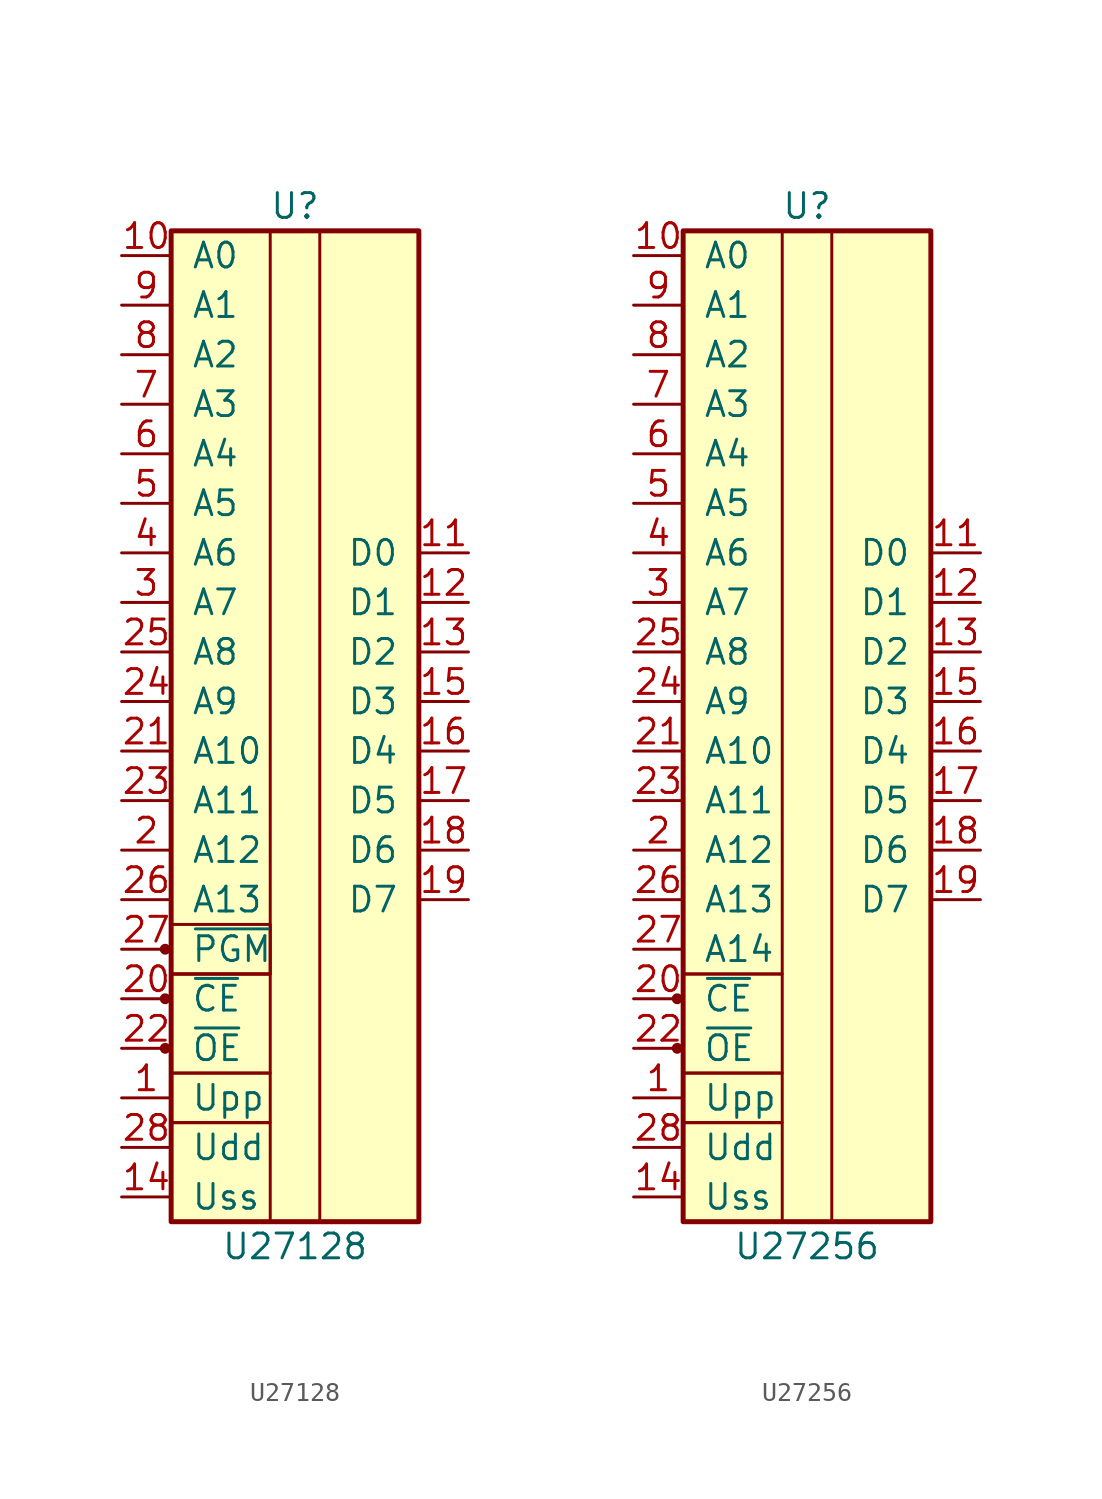
<source format=kicad_sym>
(kicad_symbol_lib
  (version 20211014)
  (generator kicad_symbol_editor)
  (symbol "U27128"
    (pin_names
      (offset 1.016))
    (property "Reference" "U"
      (at 0 26.67 0)
      (effects (font (size 1.27 1.27))))
    (property "Value" "U27128"
      (at 0 -26.67 0)
      (effects (font (size 1.27 1.27))))
    (symbol "U27128_0_1"
      (rectangle (start -6.35 -17.78) (end -1.27 -20.32) (stroke (width 0) (type default) (color 0 0 0 0)) (fill (type none)))
      (rectangle (start -6.35 -10.16) (end -1.27 -12.7) (stroke (width 0) (type default) (color 0 0 0 0)) (fill (type none)))
      (rectangle (start -1.27 -12.7) (end -6.35 -17.78) (stroke (width 0) (type default) (color 0 0 0 0)) (fill (type none))))
    (symbol "U27128_1_1"
      (circle (center -6.655 -16.51) (radius 0.203) (stroke (width 0) (type default) (color 0 0 0 0)) (fill (type outline)))
      (circle (center -6.655 -13.97) (radius 0.203) (stroke (width 0) (type default) (color 0 0 0 0)) (fill (type outline)))
      (circle (center -6.655 -11.43) (radius 0.203) (stroke (width 0) (type default) (color 0 0 0 0)) (fill (type outline)))
      (rectangle (start -6.35 -20.32) (end -1.27 -25.4) (stroke (width 0) (type default) (color 0 0 0 0)) (fill (type none)))
      (rectangle (start -6.35 25.4) (end -1.27 -12.7) (stroke (width 0) (type default) (color 0 0 0 0)) (fill (type none)))
      (rectangle (start -6.35 25.4) (end 6.35 -25.4) (stroke (width 0.254) (type default) (color 0 0 0 0)) (fill (type background)))
      (rectangle (start 1.27 25.4) (end 6.35 -25.4) (stroke (width 0) (type default) (color 0 0 0 0)) (fill (type none)))
      (pin power_in line (at -8.89 -19.05 0) (length 2.54) (name "Upp" (effects (font (size 1.27 1.27)))) (number "1" (effects (font (size 1.27 1.27)))))
      (pin input line (at -8.89 24.13 0) (length 2.54) (name "A0" (effects (font (size 1.27 1.27)))) (number "10" (effects (font (size 1.27 1.27)))))
      (pin tri_state line (at 8.89 8.89 180) (length 2.54) (name "D0" (effects (font (size 1.27 1.27)))) (number "11" (effects (font (size 1.27 1.27)))))
      (pin tri_state line (at 8.89 6.35 180) (length 2.54) (name "D1" (effects (font (size 1.27 1.27)))) (number "12" (effects (font (size 1.27 1.27)))))
      (pin tri_state line (at 8.89 3.81 180) (length 2.54) (name "D2" (effects (font (size 1.27 1.27)))) (number "13" (effects (font (size 1.27 1.27)))))
      (pin power_in line (at -8.89 -24.13 0) (length 2.54) (name "Uss" (effects (font (size 1.27 1.27)))) (number "14" (effects (font (size 1.27 1.27)))))
      (pin tri_state line (at 8.89 1.27 180) (length 2.54) (name "D3" (effects (font (size 1.27 1.27)))) (number "15" (effects (font (size 1.27 1.27)))))
      (pin tri_state line (at 8.89 -1.27 180) (length 2.54) (name "D4" (effects (font (size 1.27 1.27)))) (number "16" (effects (font (size 1.27 1.27)))))
      (pin tri_state line (at 8.89 -3.81 180) (length 2.54) (name "D5" (effects (font (size 1.27 1.27)))) (number "17" (effects (font (size 1.27 1.27)))))
      (pin tri_state line (at 8.89 -6.35 180) (length 2.54) (name "D6" (effects (font (size 1.27 1.27)))) (number "18" (effects (font (size 1.27 1.27)))))
      (pin tri_state line (at 8.89 -8.89 180) (length 2.54) (name "D7" (effects (font (size 1.27 1.27)))) (number "19" (effects (font (size 1.27 1.27)))))
      (pin input line (at -8.89 -6.35 0) (length 2.54) (name "A12" (effects (font (size 1.27 1.27)))) (number "2" (effects (font (size 1.27 1.27)))))
      (pin input line (at -8.89 -13.97 0) (length 2.54) (name "~{CE}" (effects (font (size 1.27 1.27)))) (number "20" (effects (font (size 1.27 1.27)))))
      (pin input line (at -8.89 -1.27 0) (length 2.54) (name "A10" (effects (font (size 1.27 1.27)))) (number "21" (effects (font (size 1.27 1.27)))))
      (pin input line (at -8.89 -16.51 0) (length 2.54) (name "~{OE}" (effects (font (size 1.27 1.27)))) (number "22" (effects (font (size 1.27 1.27)))))
      (pin input line (at -8.89 -3.81 0) (length 2.54) (name "A11" (effects (font (size 1.27 1.27)))) (number "23" (effects (font (size 1.27 1.27)))))
      (pin input line (at -8.89 1.27 0) (length 2.54) (name "A9" (effects (font (size 1.27 1.27)))) (number "24" (effects (font (size 1.27 1.27)))))
      (pin input line (at -8.89 3.81 0) (length 2.54) (name "A8" (effects (font (size 1.27 1.27)))) (number "25" (effects (font (size 1.27 1.27)))))
      (pin input line (at -8.89 -8.89 0) (length 2.54) (name "A13" (effects (font (size 1.27 1.27)))) (number "26" (effects (font (size 1.27 1.27)))))
      (pin input line (at -8.89 -11.43 0) (length 2.54) (name "~{PGM}" (effects (font (size 1.27 1.27)))) (number "27" (effects (font (size 1.27 1.27)))))
      (pin power_in line (at -8.89 -21.59 0) (length 2.54) (name "Udd" (effects (font (size 1.27 1.27)))) (number "28" (effects (font (size 1.27 1.27)))))
      (pin input line (at -8.89 6.35 0) (length 2.54) (name "A7" (effects (font (size 1.27 1.27)))) (number "3" (effects (font (size 1.27 1.27)))))
      (pin input line (at -8.89 8.89 0) (length 2.54) (name "A6" (effects (font (size 1.27 1.27)))) (number "4" (effects (font (size 1.27 1.27)))))
      (pin input line (at -8.89 11.43 0) (length 2.54) (name "A5" (effects (font (size 1.27 1.27)))) (number "5" (effects (font (size 1.27 1.27)))))
      (pin input line (at -8.89 13.97 0) (length 2.54) (name "A4" (effects (font (size 1.27 1.27)))) (number "6" (effects (font (size 1.27 1.27)))))
      (pin input line (at -8.89 16.51 0) (length 2.54) (name "A3" (effects (font (size 1.27 1.27)))) (number "7" (effects (font (size 1.27 1.27)))))
      (pin input line (at -8.89 19.05 0) (length 2.54) (name "A2" (effects (font (size 1.27 1.27)))) (number "8" (effects (font (size 1.27 1.27)))))
      (pin input line (at -8.89 21.59 0) (length 2.54) (name "A1" (effects (font (size 1.27 1.27)))) (number "9" (effects (font (size 1.27 1.27)))))))
  (symbol "U27256"
    (pin_names
      (offset 1.016))
    (property "Reference" "U"
      (at 0 26.67 0)
      (effects (font (size 1.27 1.27))))
    (property "Value" "U27256"
      (at 0 -26.67 0)
      (effects (font (size 1.27 1.27))))
    (symbol "U27256_0_1"
      (rectangle (start -6.35 -17.78) (end -1.27 -20.32) (stroke (width 0) (type default) (color 0 0 0 0)) (fill (type none)))
      (rectangle (start -1.27 -12.7) (end -6.35 -17.78) (stroke (width 0) (type default) (color 0 0 0 0)) (fill (type none))))
    (symbol "U27256_1_1"
      (circle (center -6.655 -16.51) (radius 0.203) (stroke (width 0) (type default) (color 0 0 0 0)) (fill (type outline)))
      (circle (center -6.655 -13.97) (radius 0.203) (stroke (width 0) (type default) (color 0 0 0 0)) (fill (type outline)))
      (rectangle (start -6.35 -20.32) (end -1.27 -25.4) (stroke (width 0) (type default) (color 0 0 0 0)) (fill (type none)))
      (rectangle (start -6.35 25.4) (end -1.27 -12.7) (stroke (width 0) (type default) (color 0 0 0 0)) (fill (type none)))
      (rectangle (start -6.35 25.4) (end 6.35 -25.4) (stroke (width 0.254) (type default) (color 0 0 0 0)) (fill (type background)))
      (rectangle (start 1.27 25.4) (end 6.35 -25.4) (stroke (width 0) (type default) (color 0 0 0 0)) (fill (type none)))
      (pin power_in line (at -8.89 -19.05 0) (length 2.54) (name "Upp" (effects (font (size 1.27 1.27)))) (number "1" (effects (font (size 1.27 1.27)))))
      (pin input line (at -8.89 24.13 0) (length 2.54) (name "A0" (effects (font (size 1.27 1.27)))) (number "10" (effects (font (size 1.27 1.27)))))
      (pin tri_state line (at 8.89 8.89 180) (length 2.54) (name "D0" (effects (font (size 1.27 1.27)))) (number "11" (effects (font (size 1.27 1.27)))))
      (pin tri_state line (at 8.89 6.35 180) (length 2.54) (name "D1" (effects (font (size 1.27 1.27)))) (number "12" (effects (font (size 1.27 1.27)))))
      (pin tri_state line (at 8.89 3.81 180) (length 2.54) (name "D2" (effects (font (size 1.27 1.27)))) (number "13" (effects (font (size 1.27 1.27)))))
      (pin power_in line (at -8.89 -24.13 0) (length 2.54) (name "Uss" (effects (font (size 1.27 1.27)))) (number "14" (effects (font (size 1.27 1.27)))))
      (pin tri_state line (at 8.89 1.27 180) (length 2.54) (name "D3" (effects (font (size 1.27 1.27)))) (number "15" (effects (font (size 1.27 1.27)))))
      (pin tri_state line (at 8.89 -1.27 180) (length 2.54) (name "D4" (effects (font (size 1.27 1.27)))) (number "16" (effects (font (size 1.27 1.27)))))
      (pin tri_state line (at 8.89 -3.81 180) (length 2.54) (name "D5" (effects (font (size 1.27 1.27)))) (number "17" (effects (font (size 1.27 1.27)))))
      (pin tri_state line (at 8.89 -6.35 180) (length 2.54) (name "D6" (effects (font (size 1.27 1.27)))) (number "18" (effects (font (size 1.27 1.27)))))
      (pin tri_state line (at 8.89 -8.89 180) (length 2.54) (name "D7" (effects (font (size 1.27 1.27)))) (number "19" (effects (font (size 1.27 1.27)))))
      (pin input line (at -8.89 -6.35 0) (length 2.54) (name "A12" (effects (font (size 1.27 1.27)))) (number "2" (effects (font (size 1.27 1.27)))))
      (pin input line (at -8.89 -13.97 0) (length 2.54) (name "~{CE}" (effects (font (size 1.27 1.27)))) (number "20" (effects (font (size 1.27 1.27)))))
      (pin input line (at -8.89 -1.27 0) (length 2.54) (name "A10" (effects (font (size 1.27 1.27)))) (number "21" (effects (font (size 1.27 1.27)))))
      (pin input line (at -8.89 -16.51 0) (length 2.54) (name "~{OE}" (effects (font (size 1.27 1.27)))) (number "22" (effects (font (size 1.27 1.27)))))
      (pin input line (at -8.89 -3.81 0) (length 2.54) (name "A11" (effects (font (size 1.27 1.27)))) (number "23" (effects (font (size 1.27 1.27)))))
      (pin input line (at -8.89 1.27 0) (length 2.54) (name "A9" (effects (font (size 1.27 1.27)))) (number "24" (effects (font (size 1.27 1.27)))))
      (pin input line (at -8.89 3.81 0) (length 2.54) (name "A8" (effects (font (size 1.27 1.27)))) (number "25" (effects (font (size 1.27 1.27)))))
      (pin input line (at -8.89 -8.89 0) (length 2.54) (name "A13" (effects (font (size 1.27 1.27)))) (number "26" (effects (font (size 1.27 1.27)))))
      (pin input line (at -8.89 -11.43 0) (length 2.54) (name "A14" (effects (font (size 1.27 1.27)))) (number "27" (effects (font (size 1.27 1.27)))))
      (pin power_in line (at -8.89 -21.59 0) (length 2.54) (name "Udd" (effects (font (size 1.27 1.27)))) (number "28" (effects (font (size 1.27 1.27)))))
      (pin input line (at -8.89 6.35 0) (length 2.54) (name "A7" (effects (font (size 1.27 1.27)))) (number "3" (effects (font (size 1.27 1.27)))))
      (pin input line (at -8.89 8.89 0) (length 2.54) (name "A6" (effects (font (size 1.27 1.27)))) (number "4" (effects (font (size 1.27 1.27)))))
      (pin input line (at -8.89 11.43 0) (length 2.54) (name "A5" (effects (font (size 1.27 1.27)))) (number "5" (effects (font (size 1.27 1.27)))))
      (pin input line (at -8.89 13.97 0) (length 2.54) (name "A4" (effects (font (size 1.27 1.27)))) (number "6" (effects (font (size 1.27 1.27)))))
      (pin input line (at -8.89 16.51 0) (length 2.54) (name "A3" (effects (font (size 1.27 1.27)))) (number "7" (effects (font (size 1.27 1.27)))))
      (pin input line (at -8.89 19.05 0) (length 2.54) (name "A2" (effects (font (size 1.27 1.27)))) (number "8" (effects (font (size 1.27 1.27)))))
      (pin input line (at -8.89 21.59 0) (length 2.54) (name "A1" (effects (font (size 1.27 1.27)))) (number "9" (effects (font (size 1.27 1.27))))))))
</source>
